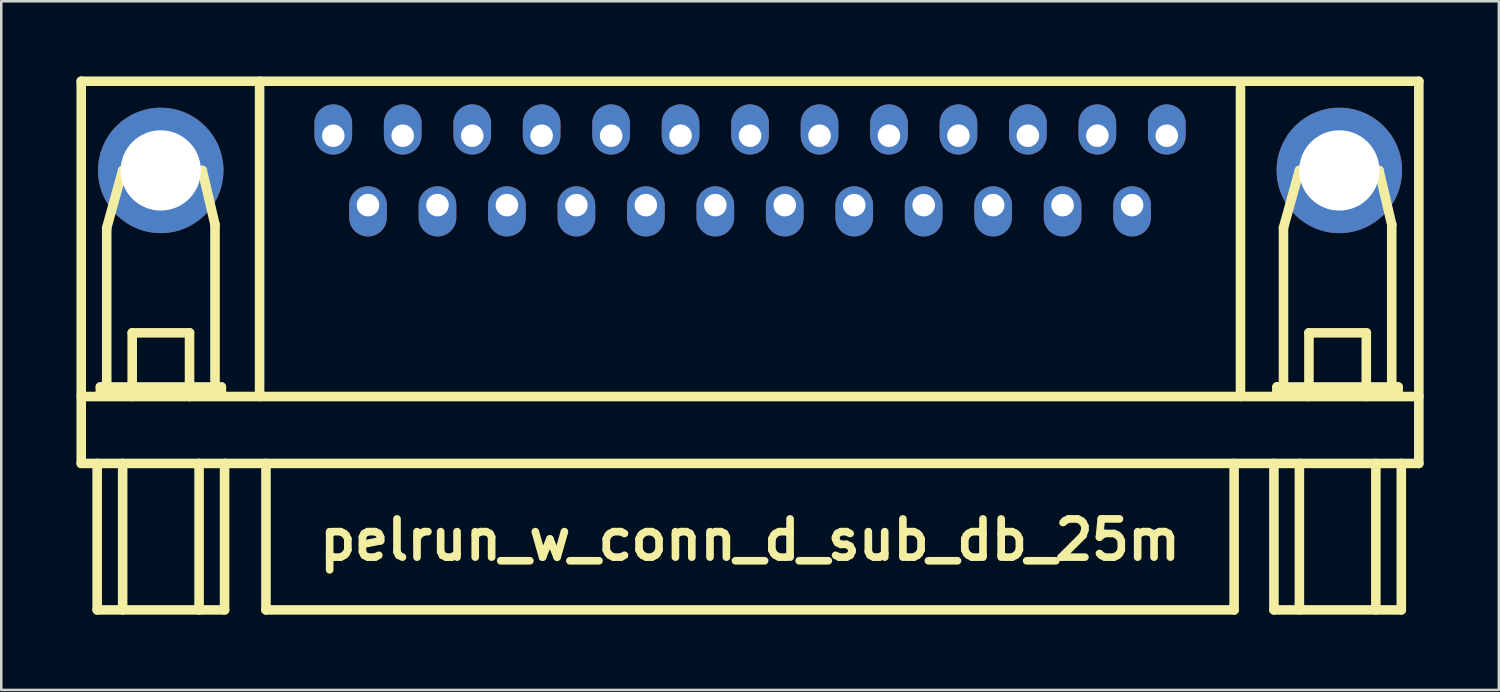
<source format=kicad_pcb>
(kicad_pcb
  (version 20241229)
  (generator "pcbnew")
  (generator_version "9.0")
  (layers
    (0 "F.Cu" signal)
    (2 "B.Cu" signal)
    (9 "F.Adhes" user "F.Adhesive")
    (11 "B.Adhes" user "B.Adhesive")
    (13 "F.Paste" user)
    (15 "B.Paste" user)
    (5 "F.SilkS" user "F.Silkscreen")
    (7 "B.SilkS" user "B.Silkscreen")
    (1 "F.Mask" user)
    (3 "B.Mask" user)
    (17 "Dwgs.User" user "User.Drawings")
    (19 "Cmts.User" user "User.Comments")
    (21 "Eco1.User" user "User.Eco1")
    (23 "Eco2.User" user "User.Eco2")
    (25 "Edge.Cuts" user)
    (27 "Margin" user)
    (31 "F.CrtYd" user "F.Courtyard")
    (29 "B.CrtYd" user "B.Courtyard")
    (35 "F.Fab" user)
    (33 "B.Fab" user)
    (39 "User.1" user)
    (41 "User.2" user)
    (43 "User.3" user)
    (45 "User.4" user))
  (footprint "pelrun_w_conn_d_sub_db_25m"
    (layer "F.Cu")
    (at 26.86 10.858)
    (property "Reference" "pelrun_w_conn_d_sub_db_25m" (at 0 7.62 0) (layer "F.SilkS") (effects (font (size 1.524 1.524) (thickness 0.305))))
    (attr through_hole)
    (fp_line (start -26.67 -10.668) (end -26.67 4.572) (stroke (width 0.381) (type solid)) (layer "F.SilkS"))
    (fp_line (start -26.67 1.905) (end 26.67 1.905) (stroke (width 0.381) (type solid)) (layer "F.SilkS"))
    (fp_line (start -26.035 4.572) (end -26.035 10.414) (stroke (width 0.381) (type solid)) (layer "F.SilkS"))
    (fp_line (start -26.035 10.414) (end -20.955 10.414) (stroke (width 0.381) (type solid)) (layer "F.SilkS"))
    (fp_line (start -25.908 1.524) (end -25.908 1.778) (stroke (width 0.381) (type solid)) (layer "F.SilkS"))
    (fp_line (start -25.908 1.778) (end -21.082 1.778) (stroke (width 0.381) (type solid)) (layer "F.SilkS"))
    (fp_line (start -25.654 -4.826) (end -25.019 -7.112) (stroke (width 0.381) (type solid)) (layer "F.SilkS"))
    (fp_line (start -25.654 1.524) (end -25.654 -4.826) (stroke (width 0.381) (type solid)) (layer "F.SilkS"))
    (fp_line (start -25.019 -7.112) (end -21.844 -7.112) (stroke (width 0.381) (type solid)) (layer "F.SilkS"))
    (fp_line (start -25.019 4.572) (end -25.019 10.414) (stroke (width 0.381) (type solid)) (layer "F.SilkS"))
    (fp_line (start -24.638 -0.635) (end -22.352 -0.635) (stroke (width 0.381) (type solid)) (layer "F.SilkS"))
    (fp_line (start -24.638 1.905) (end -24.638 -0.635) (stroke (width 0.381) (type solid)) (layer "F.SilkS"))
    (fp_line (start -22.352 -0.635) (end -22.352 1.905) (stroke (width 0.381) (type solid)) (layer "F.SilkS"))
    (fp_line (start -21.971 4.572) (end -21.971 10.414) (stroke (width 0.381) (type solid)) (layer "F.SilkS"))
    (fp_line (start -21.844 -7.112) (end -21.336 -4.953) (stroke (width 0.381) (type solid)) (layer "F.SilkS"))
    (fp_line (start -21.336 -4.953) (end -21.336 1.524) (stroke (width 0.381) (type solid)) (layer "F.SilkS"))
    (fp_line (start -21.082 1.524) (end -25.908 1.524) (stroke (width 0.381) (type solid)) (layer "F.SilkS"))
    (fp_line (start -21.082 1.778) (end -21.082 1.524) (stroke (width 0.381) (type solid)) (layer "F.SilkS"))
    (fp_line (start -20.955 4.572) (end -20.955 10.414) (stroke (width 0.381) (type solid)) (layer "F.SilkS"))
    (fp_line (start -19.558 1.905) (end -19.558 -10.668) (stroke (width 0.381) (type solid)) (layer "F.SilkS"))
    (fp_line (start -19.304 4.572) (end -19.304 10.414) (stroke (width 0.381) (type solid)) (layer "F.SilkS"))
    (fp_line (start 19.304 10.414) (end -19.304 10.414) (stroke (width 0.381) (type solid)) (layer "F.SilkS"))
    (fp_line (start 19.304 10.414) (end 19.304 4.572) (stroke (width 0.381) (type solid)) (layer "F.SilkS"))
    (fp_line (start 19.558 1.905) (end 19.558 -10.414) (stroke (width 0.381) (type solid)) (layer "F.SilkS"))
    (fp_line (start 20.892 4.572) (end 20.892 10.414) (stroke (width 0.381) (type solid)) (layer "F.SilkS"))
    (fp_line (start 20.892 10.414) (end 25.971 10.414) (stroke (width 0.381) (type solid)) (layer "F.SilkS"))
    (fp_line (start 21.018 1.524) (end 21.018 1.778) (stroke (width 0.381) (type solid)) (layer "F.SilkS"))
    (fp_line (start 21.018 1.524) (end 21.018 1.778) (stroke (width 0.381) (type solid)) (layer "F.SilkS"))
    (fp_line (start 21.018 1.778) (end 25.845 1.778) (stroke (width 0.381) (type solid)) (layer "F.SilkS"))
    (fp_line (start 21.273 -4.826) (end 21.907 -7.112) (stroke (width 0.381) (type solid)) (layer "F.SilkS"))
    (fp_line (start 21.273 1.524) (end 21.273 -4.826) (stroke (width 0.381) (type solid)) (layer "F.SilkS"))
    (fp_line (start 21.907 -7.112) (end 25.082 -7.112) (stroke (width 0.381) (type solid)) (layer "F.SilkS"))
    (fp_line (start 21.907 4.572) (end 21.907 10.414) (stroke (width 0.381) (type solid)) (layer "F.SilkS"))
    (fp_line (start 22.288 -0.635) (end 24.575 -0.635) (stroke (width 0.381) (type solid)) (layer "F.SilkS"))
    (fp_line (start 22.288 1.905) (end 22.288 -0.635) (stroke (width 0.381) (type solid)) (layer "F.SilkS"))
    (fp_line (start 24.575 -0.635) (end 24.575 1.905) (stroke (width 0.381) (type solid)) (layer "F.SilkS"))
    (fp_line (start 24.956 4.572) (end 24.956 10.414) (stroke (width 0.381) (type solid)) (layer "F.SilkS"))
    (fp_line (start 25.082 -7.112) (end 25.59 -4.953) (stroke (width 0.381) (type solid)) (layer "F.SilkS"))
    (fp_line (start 25.59 -4.953) (end 25.59 1.524) (stroke (width 0.381) (type solid)) (layer "F.SilkS"))
    (fp_line (start 25.845 1.524) (end 21.018 1.524) (stroke (width 0.381) (type solid)) (layer "F.SilkS"))
    (fp_line (start 25.845 1.778) (end 25.845 1.524) (stroke (width 0.381) (type solid)) (layer "F.SilkS"))
    (fp_line (start 25.971 4.572) (end 25.971 10.414) (stroke (width 0.381) (type solid)) (layer "F.SilkS"))
    (fp_line (start 26.67 -10.668) (end -26.67 -10.668) (stroke (width 0.381) (type solid)) (layer "F.SilkS"))
    (fp_line (start 26.67 -10.668) (end 26.67 4.572) (stroke (width 0.381) (type solid)) (layer "F.SilkS"))
    (fp_line (start 26.67 4.572) (end -26.67 4.572) (stroke (width 0.381) (type solid)) (layer "F.SilkS"))
    (pad "" thru_hole circle (at -23.5 -7.112) (size 5.001 5.001) (drill 3.2) (layers "*.Cu" "*.Mask"))
    (pad "" thru_hole circle (at 23.5 -7.112) (size 5.001 5.001) (drill 3.2) (layers "*.Cu" "*.Mask"))
    (pad "1" thru_hole oval (at -16.619 -8.496) (size 1.501 1.999) (drill 0.899 (offset 0 -0.249)) (layers "*.Cu" "*.Mask"))
    (pad "2" thru_hole oval (at -13.851 -8.496) (size 1.501 1.999) (drill 0.899 (offset 0 -0.249)) (layers "*.Cu" "*.Mask"))
    (pad "3" thru_hole oval (at -11.079 -8.496) (size 1.501 1.999) (drill 0.899 (offset 0 -0.249)) (layers "*.Cu" "*.Mask"))
    (pad "4" thru_hole oval (at -8.311 -8.496) (size 1.501 1.999) (drill 0.899 (offset 0 -0.249)) (layers "*.Cu" "*.Mask"))
    (pad "5" thru_hole oval (at -5.54 -8.496) (size 1.501 1.999) (drill 0.899 (offset 0 -0.249)) (layers "*.Cu" "*.Mask"))
    (pad "6" thru_hole oval (at -2.771 -8.496) (size 1.501 1.999) (drill 0.899 (offset 0 -0.249)) (layers "*.Cu" "*.Mask"))
    (pad "7" thru_hole oval (at 0 -8.496) (size 1.501 1.999) (drill 0.899 (offset 0 -0.249)) (layers "*.Cu" "*.Mask"))
    (pad "8" thru_hole oval (at 2.771 -8.496) (size 1.501 1.999) (drill 0.899 (offset 0 -0.249)) (layers "*.Cu" "*.Mask"))
    (pad "9" thru_hole oval (at 5.54 -8.496) (size 1.501 1.999) (drill 0.899 (offset 0 -0.249)) (layers "*.Cu" "*.Mask"))
    (pad "10" thru_hole oval (at 8.311 -8.496) (size 1.501 1.999) (drill 0.899 (offset 0 -0.249)) (layers "*.Cu" "*.Mask"))
    (pad "11" thru_hole oval (at 11.079 -8.496) (size 1.501 1.999) (drill 0.899 (offset 0 -0.249)) (layers "*.Cu" "*.Mask"))
    (pad "12" thru_hole oval (at 13.851 -8.496) (size 1.501 1.999) (drill 0.899 (offset 0 -0.249)) (layers "*.Cu" "*.Mask"))
    (pad "13" thru_hole oval (at 16.619 -8.496) (size 1.501 1.999) (drill 0.899 (offset 0 -0.249)) (layers "*.Cu" "*.Mask"))
    (pad "14" thru_hole oval (at -15.235 -5.728) (size 1.501 1.999) (drill 0.899 (offset 0 0.249)) (layers "*.Cu" "*.Mask"))
    (pad "15" thru_hole oval (at -12.464 -5.728) (size 1.501 1.999) (drill 0.899 (offset 0 0.249)) (layers "*.Cu" "*.Mask"))
    (pad "16" thru_hole oval (at -9.695 -5.728) (size 1.501 1.999) (drill 0.899 (offset 0 0.249)) (layers "*.Cu" "*.Mask"))
    (pad "17" thru_hole oval (at -6.924 -5.728) (size 1.501 1.999) (drill 0.899 (offset 0 0.249)) (layers "*.Cu" "*.Mask"))
    (pad "18" thru_hole oval (at -4.155 -5.728) (size 1.501 1.999) (drill 0.899 (offset 0 0.249)) (layers "*.Cu" "*.Mask"))
    (pad "19" thru_hole oval (at -1.384 -5.728) (size 1.501 1.999) (drill 0.899 (offset 0 0.249)) (layers "*.Cu" "*.Mask"))
    (pad "20" thru_hole oval (at 1.384 -5.728) (size 1.501 1.999) (drill 0.899 (offset 0 0.249)) (layers "*.Cu" "*.Mask"))
    (pad "21" thru_hole oval (at 4.155 -5.728) (size 1.501 1.999) (drill 0.899 (offset 0 0.249)) (layers "*.Cu" "*.Mask"))
    (pad "22" thru_hole oval (at 6.924 -5.728) (size 1.501 1.999) (drill 0.899 (offset 0 0.249)) (layers "*.Cu" "*.Mask"))
    (pad "23" thru_hole oval (at 9.695 -5.728) (size 1.501 1.999) (drill 0.899 (offset 0 0.249)) (layers "*.Cu" "*.Mask"))
    (pad "24" thru_hole oval (at 12.464 -5.728) (size 1.501 1.999) (drill 0.899 (offset 0 0.249)) (layers "*.Cu" "*.Mask"))
    (pad "25" thru_hole oval (at 15.235 -5.728) (size 1.501 1.999) (drill 0.899 (offset 0 0.249)) (layers "*.Cu" "*.Mask")))
  (gr_rect
    (start -3 -3)
    (end 56.721 24.463)
    (stroke (width 0.1) (type default))
    (fill no)
    (layer "Edge.Cuts")))
</source>
